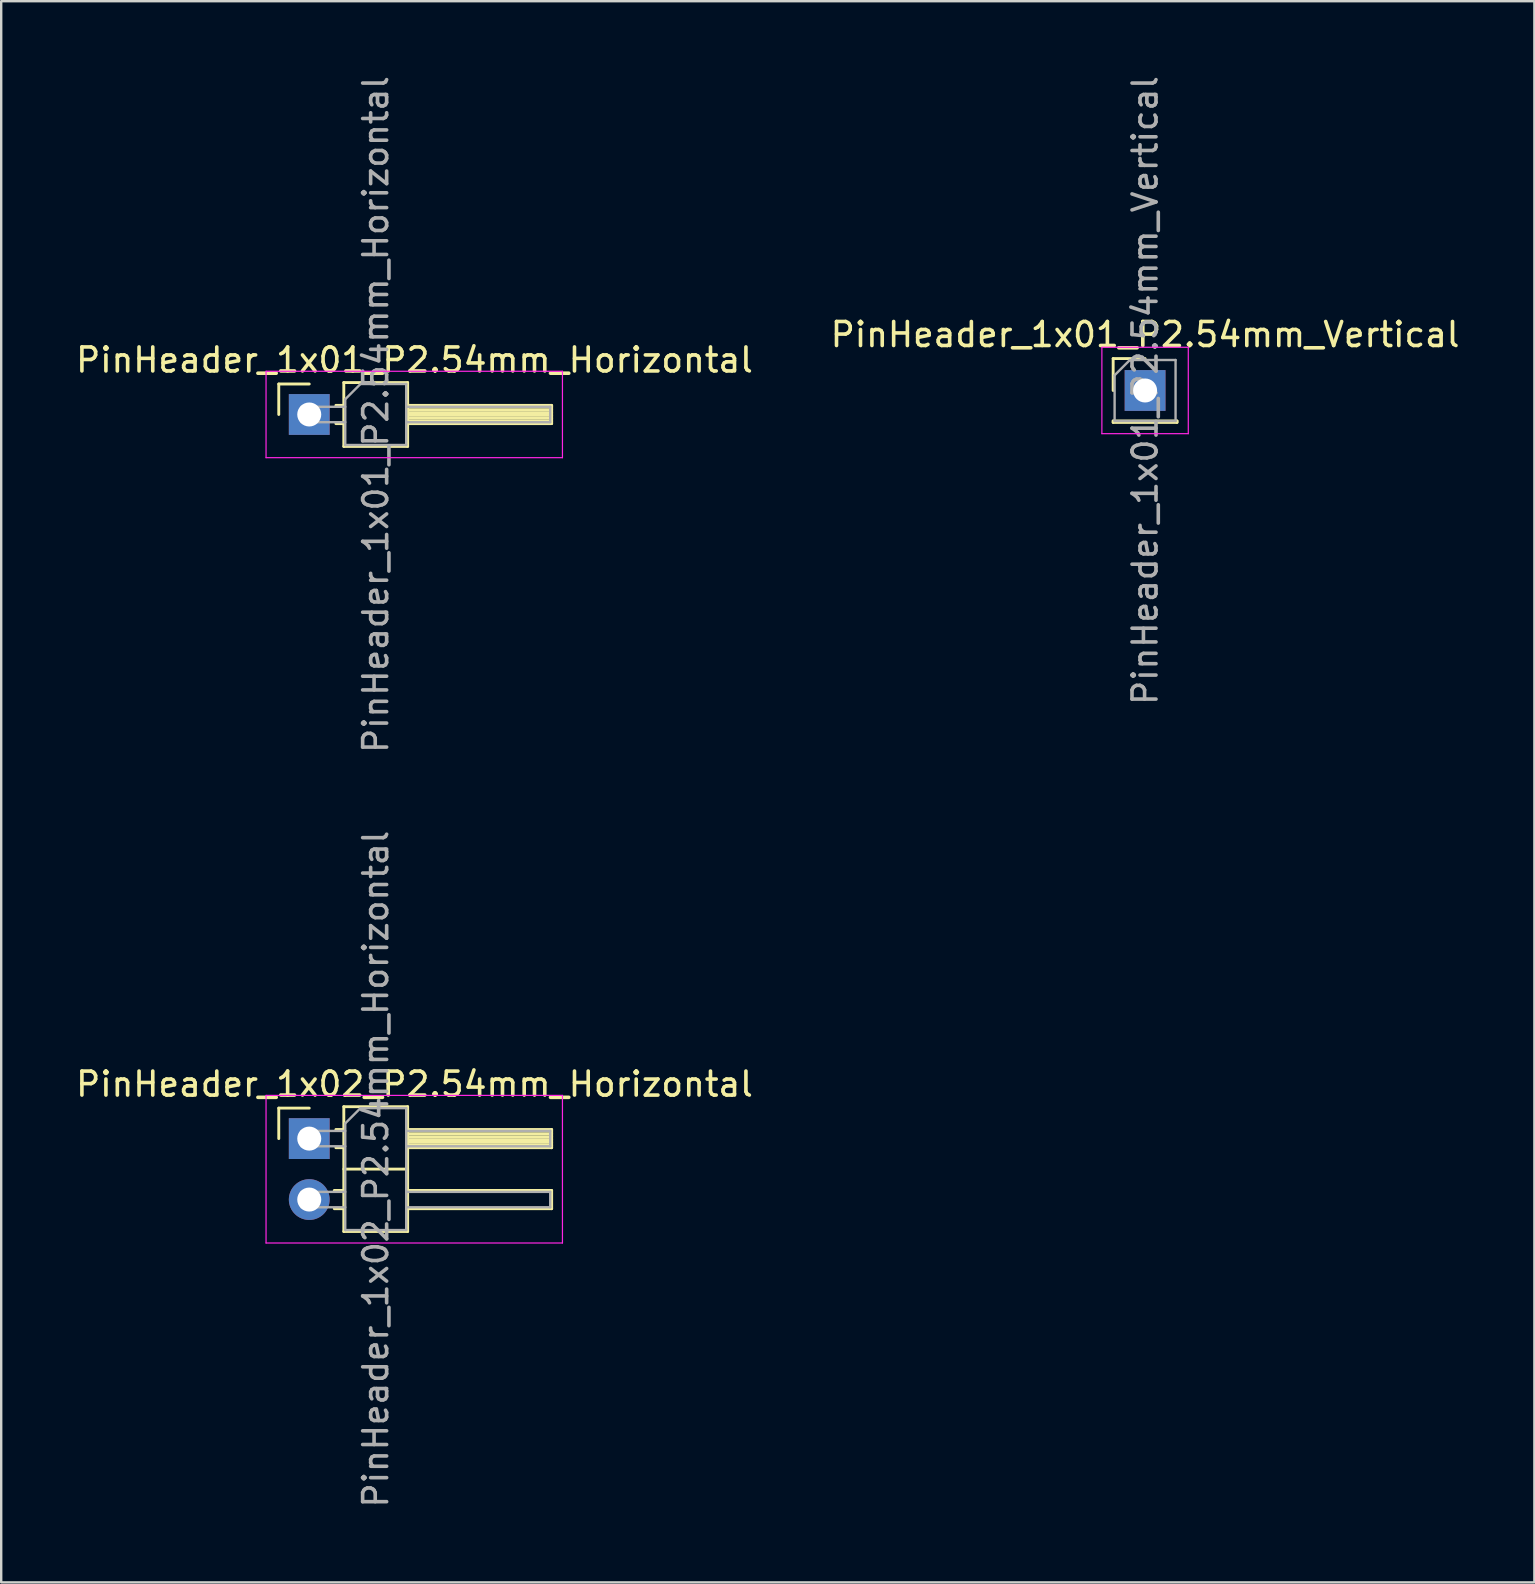
<source format=kicad_pcb>
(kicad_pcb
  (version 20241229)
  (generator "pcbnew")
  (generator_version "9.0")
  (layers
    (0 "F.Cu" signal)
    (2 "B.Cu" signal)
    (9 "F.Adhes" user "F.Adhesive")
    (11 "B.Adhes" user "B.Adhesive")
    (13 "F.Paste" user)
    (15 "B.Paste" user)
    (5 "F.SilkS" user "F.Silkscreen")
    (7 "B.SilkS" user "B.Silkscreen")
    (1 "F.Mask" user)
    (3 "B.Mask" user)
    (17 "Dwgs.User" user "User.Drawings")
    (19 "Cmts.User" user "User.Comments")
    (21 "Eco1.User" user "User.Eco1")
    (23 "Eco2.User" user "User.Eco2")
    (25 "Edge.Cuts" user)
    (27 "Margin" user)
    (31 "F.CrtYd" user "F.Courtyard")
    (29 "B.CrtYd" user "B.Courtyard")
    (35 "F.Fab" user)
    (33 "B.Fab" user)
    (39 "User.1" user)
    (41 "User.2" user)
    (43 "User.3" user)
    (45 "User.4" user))
  (footprint "PinHeader_1x01_P2.54mm_Horizontal"
    (layer "F.Cu")
    (at 9.835 14.22)
    (property "Reference" "PinHeader_1x01_P2.54mm_Horizontal" (at 4.385 -2.27 0) (layer "F.SilkS") (effects (font (size 1 1) (thickness 0.15))))
    (attr through_hole)
    (fp_line (start -1.27 -1.27) (end 0 -1.27) (stroke (width 0.12) (type solid)) (layer "F.SilkS"))
    (fp_line (start -1.27 0) (end -1.27 -1.27) (stroke (width 0.12) (type solid)) (layer "F.SilkS"))
    (fp_line (start 1.11 -0.38) (end 1.44 -0.38) (stroke (width 0.12) (type solid)) (layer "F.SilkS"))
    (fp_line (start 1.11 0.38) (end 1.44 0.38) (stroke (width 0.12) (type solid)) (layer "F.SilkS"))
    (fp_line (start 1.44 -1.33) (end 1.44 1.33) (stroke (width 0.12) (type solid)) (layer "F.SilkS"))
    (fp_line (start 1.44 1.33) (end 4.1 1.33) (stroke (width 0.12) (type solid)) (layer "F.SilkS"))
    (fp_line (start 4.1 -1.33) (end 1.44 -1.33) (stroke (width 0.12) (type solid)) (layer "F.SilkS"))
    (fp_line (start 4.1 -0.38) (end 10.1 -0.38) (stroke (width 0.12) (type solid)) (layer "F.SilkS"))
    (fp_line (start 4.1 -0.32) (end 10.1 -0.32) (stroke (width 0.12) (type solid)) (layer "F.SilkS"))
    (fp_line (start 4.1 -0.2) (end 10.1 -0.2) (stroke (width 0.12) (type solid)) (layer "F.SilkS"))
    (fp_line (start 4.1 -0.08) (end 10.1 -0.08) (stroke (width 0.12) (type solid)) (layer "F.SilkS"))
    (fp_line (start 4.1 0.04) (end 10.1 0.04) (stroke (width 0.12) (type solid)) (layer "F.SilkS"))
    (fp_line (start 4.1 0.16) (end 10.1 0.16) (stroke (width 0.12) (type solid)) (layer "F.SilkS"))
    (fp_line (start 4.1 0.28) (end 10.1 0.28) (stroke (width 0.12) (type solid)) (layer "F.SilkS"))
    (fp_line (start 4.1 1.33) (end 4.1 -1.33) (stroke (width 0.12) (type solid)) (layer "F.SilkS"))
    (fp_line (start 10.1 -0.38) (end 10.1 0.38) (stroke (width 0.12) (type solid)) (layer "F.SilkS"))
    (fp_line (start 10.1 0.38) (end 4.1 0.38) (stroke (width 0.12) (type solid)) (layer "F.SilkS"))
    (fp_line (start -1.8 -1.8) (end -1.8 1.8) (stroke (width 0.05) (type solid)) (layer "F.CrtYd"))
    (fp_line (start -1.8 1.8) (end 10.55 1.8) (stroke (width 0.05) (type solid)) (layer "F.CrtYd"))
    (fp_line (start 10.55 -1.8) (end -1.8 -1.8) (stroke (width 0.05) (type solid)) (layer "F.CrtYd"))
    (fp_line (start 10.55 1.8) (end 10.55 -1.8) (stroke (width 0.05) (type solid)) (layer "F.CrtYd"))
    (fp_line (start -0.32 -0.32) (end -0.32 0.32) (stroke (width 0.1) (type solid)) (layer "F.Fab"))
    (fp_line (start -0.32 -0.32) (end 1.5 -0.32) (stroke (width 0.1) (type solid)) (layer "F.Fab"))
    (fp_line (start -0.32 0.32) (end 1.5 0.32) (stroke (width 0.1) (type solid)) (layer "F.Fab"))
    (fp_line (start 1.5 -0.635) (end 2.135 -1.27) (stroke (width 0.1) (type solid)) (layer "F.Fab"))
    (fp_line (start 1.5 1.27) (end 1.5 -0.635) (stroke (width 0.1) (type solid)) (layer "F.Fab"))
    (fp_line (start 2.135 -1.27) (end 4.04 -1.27) (stroke (width 0.1) (type solid)) (layer "F.Fab"))
    (fp_line (start 4.04 -1.27) (end 4.04 1.27) (stroke (width 0.1) (type solid)) (layer "F.Fab"))
    (fp_line (start 4.04 -0.32) (end 10.04 -0.32) (stroke (width 0.1) (type solid)) (layer "F.Fab"))
    (fp_line (start 4.04 0.32) (end 10.04 0.32) (stroke (width 0.1) (type solid)) (layer "F.Fab"))
    (fp_line (start 4.04 1.27) (end 1.5 1.27) (stroke (width 0.1) (type solid)) (layer "F.Fab"))
    (fp_line (start 10.04 -0.32) (end 10.04 0.32) (stroke (width 0.1) (type solid)) (layer "F.Fab"))
    (fp_text user "${REFERENCE}" (at 2.77 0 90) (layer "F.Fab") (effects (font (size 1 1) (thickness 0.15))))
    (pad "1" thru_hole rect (at 0 0) (size 1.7 1.7) (drill 1) (layers "*.Cu" "*.Mask")))
  (footprint "PinHeader_1x01_P2.54mm_Vertical"
    (layer "F.Cu")
    (at 44.661 13.22)
    (property "Reference" "PinHeader_1x01_P2.54mm_Vertical" (at 0 -2.33 0) (layer "F.SilkS") (effects (font (size 1 1) (thickness 0.15))))
    (attr through_hole)
    (fp_line (start -1.33 -1.33) (end 0 -1.33) (stroke (width 0.12) (type solid)) (layer "F.SilkS"))
    (fp_line (start -1.33 0) (end -1.33 -1.33) (stroke (width 0.12) (type solid)) (layer "F.SilkS"))
    (fp_line (start -1.33 1.27) (end -1.33 1.33) (stroke (width 0.12) (type solid)) (layer "F.SilkS"))
    (fp_line (start -1.33 1.27) (end 1.33 1.27) (stroke (width 0.12) (type solid)) (layer "F.SilkS"))
    (fp_line (start -1.33 1.33) (end 1.33 1.33) (stroke (width 0.12) (type solid)) (layer "F.SilkS"))
    (fp_line (start 1.33 1.27) (end 1.33 1.33) (stroke (width 0.12) (type solid)) (layer "F.SilkS"))
    (fp_line (start -1.8 -1.8) (end -1.8 1.8) (stroke (width 0.05) (type solid)) (layer "F.CrtYd"))
    (fp_line (start -1.8 1.8) (end 1.8 1.8) (stroke (width 0.05) (type solid)) (layer "F.CrtYd"))
    (fp_line (start 1.8 -1.8) (end -1.8 -1.8) (stroke (width 0.05) (type solid)) (layer "F.CrtYd"))
    (fp_line (start 1.8 1.8) (end 1.8 -1.8) (stroke (width 0.05) (type solid)) (layer "F.CrtYd"))
    (fp_line (start -1.27 -0.635) (end -0.635 -1.27) (stroke (width 0.1) (type solid)) (layer "F.Fab"))
    (fp_line (start -1.27 1.27) (end -1.27 -0.635) (stroke (width 0.1) (type solid)) (layer "F.Fab"))
    (fp_line (start -0.635 -1.27) (end 1.27 -1.27) (stroke (width 0.1) (type solid)) (layer "F.Fab"))
    (fp_line (start 1.27 -1.27) (end 1.27 1.27) (stroke (width 0.1) (type solid)) (layer "F.Fab"))
    (fp_line (start 1.27 1.27) (end -1.27 1.27) (stroke (width 0.1) (type solid)) (layer "F.Fab"))
    (fp_text user "${REFERENCE}" (at 0 0 90) (layer "F.Fab") (effects (font (size 1 1) (thickness 0.15))))
    (pad "1" thru_hole rect (at 0 0) (size 1.7 1.7) (drill 1) (layers "*.Cu" "*.Mask")))
  (footprint "PinHeader_1x02_P2.54mm_Horizontal"
    (layer "F.Cu")
    (at 9.835 44.391)
    (property "Reference" "PinHeader_1x02_P2.54mm_Horizontal" (at 4.385 -2.27 0) (layer "F.SilkS") (effects (font (size 1 1) (thickness 0.15))))
    (attr through_hole)
    (fp_line (start -1.27 -1.27) (end 0 -1.27) (stroke (width 0.12) (type solid)) (layer "F.SilkS"))
    (fp_line (start -1.27 0) (end -1.27 -1.27) (stroke (width 0.12) (type solid)) (layer "F.SilkS"))
    (fp_line (start 1.043 2.16) (end 1.44 2.16) (stroke (width 0.12) (type solid)) (layer "F.SilkS"))
    (fp_line (start 1.043 2.92) (end 1.44 2.92) (stroke (width 0.12) (type solid)) (layer "F.SilkS"))
    (fp_line (start 1.11 -0.38) (end 1.44 -0.38) (stroke (width 0.12) (type solid)) (layer "F.SilkS"))
    (fp_line (start 1.11 0.38) (end 1.44 0.38) (stroke (width 0.12) (type solid)) (layer "F.SilkS"))
    (fp_line (start 1.44 -1.33) (end 1.44 3.87) (stroke (width 0.12) (type solid)) (layer "F.SilkS"))
    (fp_line (start 1.44 1.27) (end 4.1 1.27) (stroke (width 0.12) (type solid)) (layer "F.SilkS"))
    (fp_line (start 1.44 3.87) (end 4.1 3.87) (stroke (width 0.12) (type solid)) (layer "F.SilkS"))
    (fp_line (start 4.1 -1.33) (end 1.44 -1.33) (stroke (width 0.12) (type solid)) (layer "F.SilkS"))
    (fp_line (start 4.1 -0.38) (end 10.1 -0.38) (stroke (width 0.12) (type solid)) (layer "F.SilkS"))
    (fp_line (start 4.1 -0.32) (end 10.1 -0.32) (stroke (width 0.12) (type solid)) (layer "F.SilkS"))
    (fp_line (start 4.1 -0.2) (end 10.1 -0.2) (stroke (width 0.12) (type solid)) (layer "F.SilkS"))
    (fp_line (start 4.1 -0.08) (end 10.1 -0.08) (stroke (width 0.12) (type solid)) (layer "F.SilkS"))
    (fp_line (start 4.1 0.04) (end 10.1 0.04) (stroke (width 0.12) (type solid)) (layer "F.SilkS"))
    (fp_line (start 4.1 0.16) (end 10.1 0.16) (stroke (width 0.12) (type solid)) (layer "F.SilkS"))
    (fp_line (start 4.1 0.28) (end 10.1 0.28) (stroke (width 0.12) (type solid)) (layer "F.SilkS"))
    (fp_line (start 4.1 2.16) (end 10.1 2.16) (stroke (width 0.12) (type solid)) (layer "F.SilkS"))
    (fp_line (start 4.1 3.87) (end 4.1 -1.33) (stroke (width 0.12) (type solid)) (layer "F.SilkS"))
    (fp_line (start 10.1 -0.38) (end 10.1 0.38) (stroke (width 0.12) (type solid)) (layer "F.SilkS"))
    (fp_line (start 10.1 0.38) (end 4.1 0.38) (stroke (width 0.12) (type solid)) (layer "F.SilkS"))
    (fp_line (start 10.1 2.16) (end 10.1 2.92) (stroke (width 0.12) (type solid)) (layer "F.SilkS"))
    (fp_line (start 10.1 2.92) (end 4.1 2.92) (stroke (width 0.12) (type solid)) (layer "F.SilkS"))
    (fp_line (start -1.8 -1.8) (end -1.8 4.35) (stroke (width 0.05) (type solid)) (layer "F.CrtYd"))
    (fp_line (start -1.8 4.35) (end 10.55 4.35) (stroke (width 0.05) (type solid)) (layer "F.CrtYd"))
    (fp_line (start 10.55 -1.8) (end -1.8 -1.8) (stroke (width 0.05) (type solid)) (layer "F.CrtYd"))
    (fp_line (start 10.55 4.35) (end 10.55 -1.8) (stroke (width 0.05) (type solid)) (layer "F.CrtYd"))
    (fp_line (start -0.32 -0.32) (end -0.32 0.32) (stroke (width 0.1) (type solid)) (layer "F.Fab"))
    (fp_line (start -0.32 -0.32) (end 1.5 -0.32) (stroke (width 0.1) (type solid)) (layer "F.Fab"))
    (fp_line (start -0.32 0.32) (end 1.5 0.32) (stroke (width 0.1) (type solid)) (layer "F.Fab"))
    (fp_line (start -0.32 2.22) (end -0.32 2.86) (stroke (width 0.1) (type solid)) (layer "F.Fab"))
    (fp_line (start -0.32 2.22) (end 1.5 2.22) (stroke (width 0.1) (type solid)) (layer "F.Fab"))
    (fp_line (start -0.32 2.86) (end 1.5 2.86) (stroke (width 0.1) (type solid)) (layer "F.Fab"))
    (fp_line (start 1.5 -0.635) (end 2.135 -1.27) (stroke (width 0.1) (type solid)) (layer "F.Fab"))
    (fp_line (start 1.5 3.81) (end 1.5 -0.635) (stroke (width 0.1) (type solid)) (layer "F.Fab"))
    (fp_line (start 2.135 -1.27) (end 4.04 -1.27) (stroke (width 0.1) (type solid)) (layer "F.Fab"))
    (fp_line (start 4.04 -1.27) (end 4.04 3.81) (stroke (width 0.1) (type solid)) (layer "F.Fab"))
    (fp_line (start 4.04 -0.32) (end 10.04 -0.32) (stroke (width 0.1) (type solid)) (layer "F.Fab"))
    (fp_line (start 4.04 0.32) (end 10.04 0.32) (stroke (width 0.1) (type solid)) (layer "F.Fab"))
    (fp_line (start 4.04 2.22) (end 10.04 2.22) (stroke (width 0.1) (type solid)) (layer "F.Fab"))
    (fp_line (start 4.04 2.86) (end 10.04 2.86) (stroke (width 0.1) (type solid)) (layer "F.Fab"))
    (fp_line (start 4.04 3.81) (end 1.5 3.81) (stroke (width 0.1) (type solid)) (layer "F.Fab"))
    (fp_line (start 10.04 -0.32) (end 10.04 0.32) (stroke (width 0.1) (type solid)) (layer "F.Fab"))
    (fp_line (start 10.04 2.22) (end 10.04 2.86) (stroke (width 0.1) (type solid)) (layer "F.Fab"))
    (fp_text user "${REFERENCE}" (at 2.77 1.27 90) (layer "F.Fab") (effects (font (size 1 1) (thickness 0.15))))
    (pad "1" thru_hole rect (at 0 0) (size 1.7 1.7) (drill 1) (layers "*.Cu" "*.Mask"))
    (pad "2" thru_hole oval (at 0 2.54) (size 1.7 1.7) (drill 1) (layers "*.Cu" "*.Mask")))
  (gr_rect
    (start -3 -3)
    (end 60.881 62.881)
    (stroke (width 0.1) (type default))
    (fill no)
    (layer "Edge.Cuts")))
</source>
